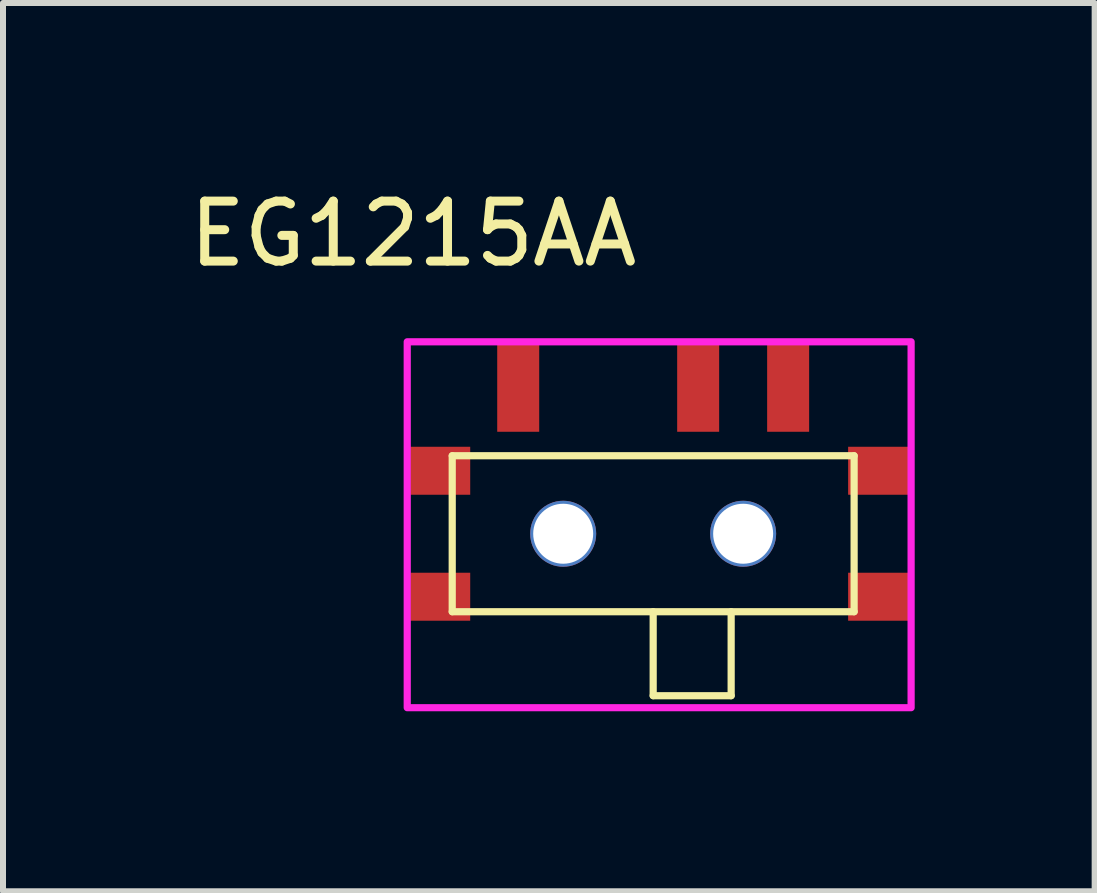
<source format=kicad_pcb>
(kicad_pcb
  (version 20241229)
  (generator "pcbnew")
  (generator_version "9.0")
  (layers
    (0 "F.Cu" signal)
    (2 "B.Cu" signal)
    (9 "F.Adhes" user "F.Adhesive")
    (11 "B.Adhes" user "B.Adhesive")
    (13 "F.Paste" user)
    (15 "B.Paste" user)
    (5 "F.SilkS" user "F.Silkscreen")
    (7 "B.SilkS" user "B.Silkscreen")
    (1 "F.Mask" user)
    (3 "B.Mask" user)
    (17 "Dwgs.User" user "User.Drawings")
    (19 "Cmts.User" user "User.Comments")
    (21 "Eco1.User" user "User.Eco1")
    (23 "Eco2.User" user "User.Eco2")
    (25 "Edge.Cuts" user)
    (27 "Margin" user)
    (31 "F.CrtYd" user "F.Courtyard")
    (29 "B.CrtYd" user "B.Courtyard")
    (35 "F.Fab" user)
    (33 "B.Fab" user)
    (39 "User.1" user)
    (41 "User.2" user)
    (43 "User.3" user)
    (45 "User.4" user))
  (footprint "EG1215AA"
    (layer "F.Cu")
    (at 7.839 5.848)
    (property "Reference" "EG1215AA" (at -4 -5 0) (unlocked yes) (layer "F.SilkS") (effects (font (size 1 1) (thickness 0.15))))
    (attr smd)
    (fp_line (start -3.35 -1.3) (end -3.35 1.3) (stroke (width 0.12) (type solid)) (layer "F.SilkS"))
    (fp_line (start -3.35 -1.3) (end 3.35 -1.3) (stroke (width 0.12) (type solid)) (layer "F.SilkS"))
    (fp_line (start -3.35 1.3) (end 3.35 1.3) (stroke (width 0.12) (type solid)) (layer "F.SilkS"))
    (fp_line (start 0 1.3) (end 0 2.7) (stroke (width 0.12) (type solid)) (layer "F.SilkS"))
    (fp_line (start 0 2.7) (end 1.3 2.7) (stroke (width 0.12) (type solid)) (layer "F.SilkS"))
    (fp_line (start 1.3 2.7) (end 1.3 1.3) (stroke (width 0.12) (type solid)) (layer "F.SilkS"))
    (fp_line (start 3.35 1.3) (end 3.35 -1.3) (stroke (width 0.12) (type solid)) (layer "F.SilkS"))
    (fp_rect (start -4.1 -3.2) (end 4.3 2.9) (stroke (width 0.12) (type solid)) (fill no) (layer "F.CrtYd"))
    (pad "" smd rect (at -3.55 -1.05) (size 1 0.8) (layers "F.Cu" "F.Mask" "F.Paste"))
    (pad "" smd rect (at -3.55 1.05) (size 1 0.8) (layers "F.Cu" "F.Mask" "F.Paste"))
    (pad "" np_thru_hole circle (at -1.5 0 90) (size 1.1 1.1) (drill 1) (layers "*.Cu" "*.Mask"))
    (pad "" np_thru_hole circle (at 1.5 0 90) (size 1.1 1.1) (drill 1) (layers "*.Cu" "*.Mask"))
    (pad "" smd rect (at 3.75 -1.05) (size 1 0.8) (layers "F.Cu" "F.Mask" "F.Paste"))
    (pad "" smd rect (at 3.75 1.05) (size 1 0.8) (layers "F.Cu" "F.Mask" "F.Paste"))
    (pad "1" smd rect (at -2.25 -2.45) (size 0.7 1.5) (layers "F.Cu" "F.Mask" "F.Paste"))
    (pad "2" smd rect (at 0.75 -2.45) (size 0.7 1.5) (layers "F.Cu" "F.Mask" "F.Paste"))
    (pad "3" smd rect (at 2.25 -2.45) (size 0.7 1.5) (layers "F.Cu" "F.Mask" "F.Paste")))
  (gr_rect
    (start -3 -3)
    (end 15.199 11.808)
    (stroke (width 0.1) (type default))
    (fill no)
    (layer "Edge.Cuts")))
</source>
